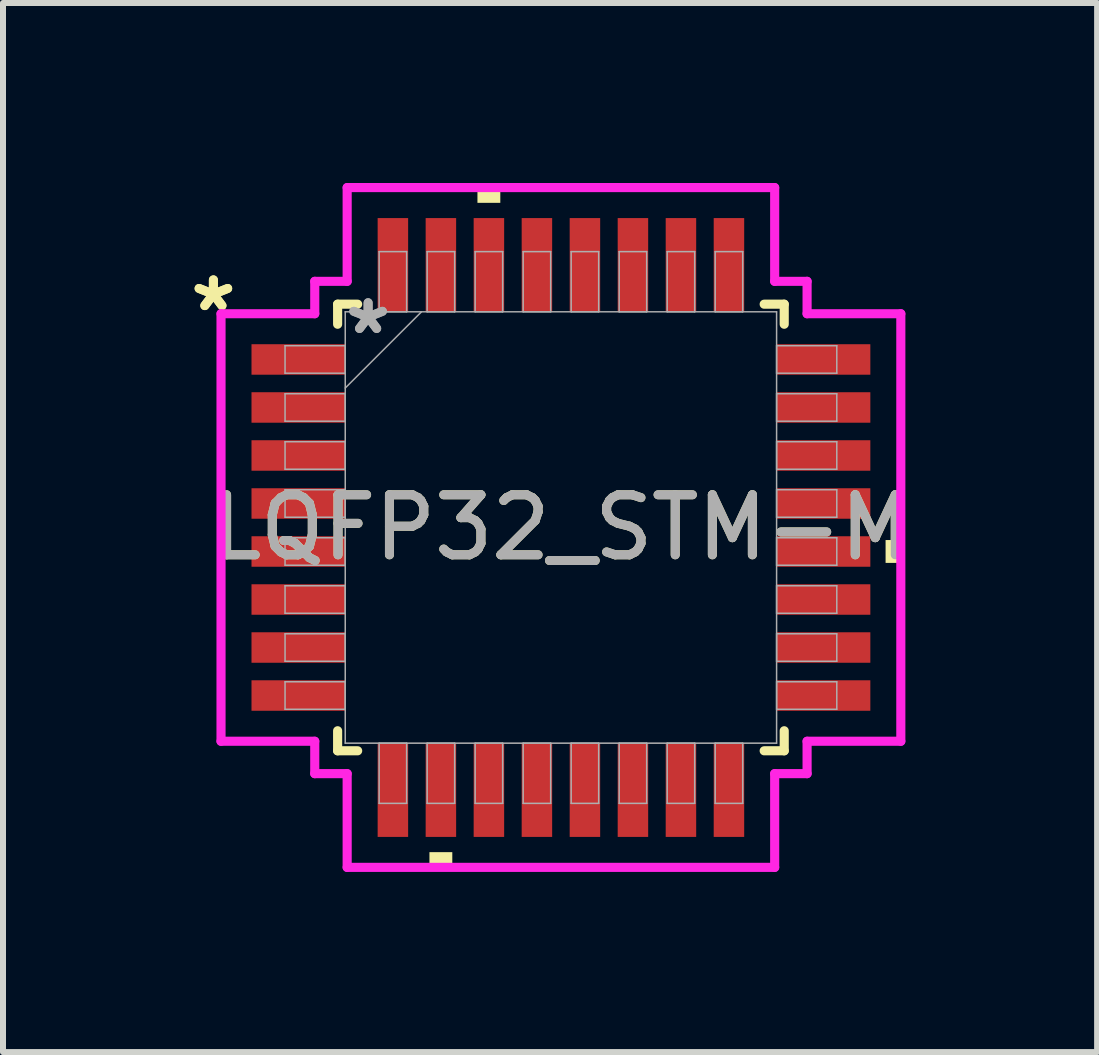
<source format=kicad_pcb>
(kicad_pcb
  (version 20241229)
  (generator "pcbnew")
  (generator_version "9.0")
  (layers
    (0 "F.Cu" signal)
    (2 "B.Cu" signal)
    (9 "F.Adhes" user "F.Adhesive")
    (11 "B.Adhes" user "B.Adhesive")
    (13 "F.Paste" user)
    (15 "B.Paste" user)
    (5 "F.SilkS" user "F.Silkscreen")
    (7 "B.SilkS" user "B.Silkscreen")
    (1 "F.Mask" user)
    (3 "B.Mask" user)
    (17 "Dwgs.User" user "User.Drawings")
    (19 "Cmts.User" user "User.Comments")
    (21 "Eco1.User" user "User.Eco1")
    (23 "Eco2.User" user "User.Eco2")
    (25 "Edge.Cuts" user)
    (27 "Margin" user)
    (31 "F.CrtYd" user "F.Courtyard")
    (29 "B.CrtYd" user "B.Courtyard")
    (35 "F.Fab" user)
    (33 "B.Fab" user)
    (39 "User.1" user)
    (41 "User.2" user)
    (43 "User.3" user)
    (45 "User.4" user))
  (footprint "LQFP32_STM-M"
    (layer "F.Cu")
    (at 6.297 5.74)
    (property "Reference" "LQFP32_STM-M" (at 0 0 0) (unlocked yes) (layer "F.SilkS") (effects (font (size 1 1) (thickness 0.15))))
    (attr smd)
    (fp_line (start -3.721 -3.721) (end -3.721 -3.387) (stroke (width 0.152) (type solid)) (layer "F.SilkS"))
    (fp_line (start -3.721 3.387) (end -3.721 3.721) (stroke (width 0.152) (type solid)) (layer "F.SilkS"))
    (fp_line (start -3.721 3.721) (end -3.387 3.721) (stroke (width 0.152) (type solid)) (layer "F.SilkS"))
    (fp_line (start -3.387 -3.721) (end -3.721 -3.721) (stroke (width 0.152) (type solid)) (layer "F.SilkS"))
    (fp_line (start 3.387 3.721) (end 3.721 3.721) (stroke (width 0.152) (type solid)) (layer "F.SilkS"))
    (fp_line (start 3.721 -3.721) (end 3.387 -3.721) (stroke (width 0.152) (type solid)) (layer "F.SilkS"))
    (fp_line (start 3.721 -3.387) (end 3.721 -3.721) (stroke (width 0.152) (type solid)) (layer "F.SilkS"))
    (fp_line (start 3.721 3.721) (end 3.721 3.387) (stroke (width 0.152) (type solid)) (layer "F.SilkS"))
    (fp_poly (pts (xy -2.191 5.41) (xy -2.191 5.664) (xy -1.81 5.664) (xy -1.81 5.41)) (stroke (width 0) (type solid)) (fill yes) (layer "F.SilkS"))
    (fp_poly (pts (xy -1.391 -5.41) (xy -1.391 -5.664) (xy -1.01 -5.664) (xy -1.01 -5.41)) (stroke (width 0) (type solid)) (fill yes) (layer "F.SilkS"))
    (fp_poly (pts (xy 5.664 0.209) (xy 5.664 0.59) (xy 5.41 0.59) (xy 5.41 0.209)) (stroke (width 0) (type solid)) (fill yes) (layer "F.SilkS"))
    (fp_line (start -5.664 -3.562) (end -4.102 -3.562) (stroke (width 0.152) (type solid)) (layer "F.CrtYd"))
    (fp_line (start -5.664 3.562) (end -5.664 -3.562) (stroke (width 0.152) (type solid)) (layer "F.CrtYd"))
    (fp_line (start -4.102 -4.102) (end -3.562 -4.102) (stroke (width 0.152) (type solid)) (layer "F.CrtYd"))
    (fp_line (start -4.102 -3.562) (end -4.102 -4.102) (stroke (width 0.152) (type solid)) (layer "F.CrtYd"))
    (fp_line (start -4.102 3.562) (end -5.664 3.562) (stroke (width 0.152) (type solid)) (layer "F.CrtYd"))
    (fp_line (start -4.102 4.102) (end -4.102 3.562) (stroke (width 0.152) (type solid)) (layer "F.CrtYd"))
    (fp_line (start -4.102 4.102) (end -3.562 4.102) (stroke (width 0.152) (type solid)) (layer "F.CrtYd"))
    (fp_line (start -3.562 -5.664) (end 3.562 -5.664) (stroke (width 0.152) (type solid)) (layer "F.CrtYd"))
    (fp_line (start -3.562 -4.102) (end -3.562 -5.664) (stroke (width 0.152) (type solid)) (layer "F.CrtYd"))
    (fp_line (start -3.562 4.102) (end -3.562 5.664) (stroke (width 0.152) (type solid)) (layer "F.CrtYd"))
    (fp_line (start -3.562 5.664) (end 3.562 5.664) (stroke (width 0.152) (type solid)) (layer "F.CrtYd"))
    (fp_line (start 3.562 -5.664) (end 3.562 -4.102) (stroke (width 0.152) (type solid)) (layer "F.CrtYd"))
    (fp_line (start 3.562 -4.102) (end 4.102 -4.102) (stroke (width 0.152) (type solid)) (layer "F.CrtYd"))
    (fp_line (start 3.562 4.102) (end 4.102 4.102) (stroke (width 0.152) (type solid)) (layer "F.CrtYd"))
    (fp_line (start 3.562 5.664) (end 3.562 4.102) (stroke (width 0.152) (type solid)) (layer "F.CrtYd"))
    (fp_line (start 4.102 -3.562) (end 4.102 -4.102) (stroke (width 0.152) (type solid)) (layer "F.CrtYd"))
    (fp_line (start 4.102 3.562) (end 5.664 3.562) (stroke (width 0.152) (type solid)) (layer "F.CrtYd"))
    (fp_line (start 4.102 4.102) (end 4.102 3.562) (stroke (width 0.152) (type solid)) (layer "F.CrtYd"))
    (fp_line (start 5.664 -3.562) (end 4.102 -3.562) (stroke (width 0.152) (type solid)) (layer "F.CrtYd"))
    (fp_line (start 5.664 3.562) (end 5.664 -3.562) (stroke (width 0.152) (type solid)) (layer "F.CrtYd"))
    (fp_line (start -4.597 -3.029) (end -4.597 -2.571) (stroke (width 0.025) (type solid)) (layer "F.Fab"))
    (fp_line (start -4.597 -2.571) (end -3.594 -2.571) (stroke (width 0.025) (type solid)) (layer "F.Fab"))
    (fp_line (start -4.597 -2.229) (end -4.597 -1.771) (stroke (width 0.025) (type solid)) (layer "F.Fab"))
    (fp_line (start -4.597 -1.771) (end -3.594 -1.771) (stroke (width 0.025) (type solid)) (layer "F.Fab"))
    (fp_line (start -4.597 -1.429) (end -4.597 -0.971) (stroke (width 0.025) (type solid)) (layer "F.Fab"))
    (fp_line (start -4.597 -0.971) (end -3.594 -0.971) (stroke (width 0.025) (type solid)) (layer "F.Fab"))
    (fp_line (start -4.597 -0.629) (end -4.597 -0.171) (stroke (width 0.025) (type solid)) (layer "F.Fab"))
    (fp_line (start -4.597 -0.171) (end -3.594 -0.171) (stroke (width 0.025) (type solid)) (layer "F.Fab"))
    (fp_line (start -4.597 0.171) (end -4.597 0.629) (stroke (width 0.025) (type solid)) (layer "F.Fab"))
    (fp_line (start -4.597 0.629) (end -3.594 0.629) (stroke (width 0.025) (type solid)) (layer "F.Fab"))
    (fp_line (start -4.597 0.971) (end -4.597 1.429) (stroke (width 0.025) (type solid)) (layer "F.Fab"))
    (fp_line (start -4.597 1.429) (end -3.594 1.429) (stroke (width 0.025) (type solid)) (layer "F.Fab"))
    (fp_line (start -4.597 1.771) (end -4.597 2.229) (stroke (width 0.025) (type solid)) (layer "F.Fab"))
    (fp_line (start -4.597 2.229) (end -3.594 2.229) (stroke (width 0.025) (type solid)) (layer "F.Fab"))
    (fp_line (start -4.597 2.571) (end -4.597 3.029) (stroke (width 0.025) (type solid)) (layer "F.Fab"))
    (fp_line (start -4.597 3.029) (end -3.594 3.029) (stroke (width 0.025) (type solid)) (layer "F.Fab"))
    (fp_line (start -3.594 -3.594) (end -3.594 3.594) (stroke (width 0.025) (type solid)) (layer "F.Fab"))
    (fp_line (start -3.594 -3.029) (end -4.597 -3.029) (stroke (width 0.025) (type solid)) (layer "F.Fab"))
    (fp_line (start -3.594 -2.571) (end -3.594 -3.029) (stroke (width 0.025) (type solid)) (layer "F.Fab"))
    (fp_line (start -3.594 -2.324) (end -2.324 -3.594) (stroke (width 0.025) (type solid)) (layer "F.Fab"))
    (fp_line (start -3.594 -2.229) (end -4.597 -2.229) (stroke (width 0.025) (type solid)) (layer "F.Fab"))
    (fp_line (start -3.594 -1.771) (end -3.594 -2.229) (stroke (width 0.025) (type solid)) (layer "F.Fab"))
    (fp_line (start -3.594 -1.429) (end -4.597 -1.429) (stroke (width 0.025) (type solid)) (layer "F.Fab"))
    (fp_line (start -3.594 -0.971) (end -3.594 -1.429) (stroke (width 0.025) (type solid)) (layer "F.Fab"))
    (fp_line (start -3.594 -0.629) (end -4.597 -0.629) (stroke (width 0.025) (type solid)) (layer "F.Fab"))
    (fp_line (start -3.594 -0.171) (end -3.594 -0.629) (stroke (width 0.025) (type solid)) (layer "F.Fab"))
    (fp_line (start -3.594 0.171) (end -4.597 0.171) (stroke (width 0.025) (type solid)) (layer "F.Fab"))
    (fp_line (start -3.594 0.629) (end -3.594 0.171) (stroke (width 0.025) (type solid)) (layer "F.Fab"))
    (fp_line (start -3.594 0.971) (end -4.597 0.971) (stroke (width 0.025) (type solid)) (layer "F.Fab"))
    (fp_line (start -3.594 1.429) (end -3.594 0.971) (stroke (width 0.025) (type solid)) (layer "F.Fab"))
    (fp_line (start -3.594 1.771) (end -4.597 1.771) (stroke (width 0.025) (type solid)) (layer "F.Fab"))
    (fp_line (start -3.594 2.229) (end -3.594 1.771) (stroke (width 0.025) (type solid)) (layer "F.Fab"))
    (fp_line (start -3.594 2.571) (end -4.597 2.571) (stroke (width 0.025) (type solid)) (layer "F.Fab"))
    (fp_line (start -3.594 3.029) (end -3.594 2.571) (stroke (width 0.025) (type solid)) (layer "F.Fab"))
    (fp_line (start -3.594 3.594) (end 3.594 3.594) (stroke (width 0.025) (type solid)) (layer "F.Fab"))
    (fp_line (start -3.029 -4.597) (end -3.029 -3.594) (stroke (width 0.025) (type solid)) (layer "F.Fab"))
    (fp_line (start -3.029 -3.594) (end -2.571 -3.594) (stroke (width 0.025) (type solid)) (layer "F.Fab"))
    (fp_line (start -3.029 3.594) (end -3.029 4.597) (stroke (width 0.025) (type solid)) (layer "F.Fab"))
    (fp_line (start -3.029 4.597) (end -2.571 4.597) (stroke (width 0.025) (type solid)) (layer "F.Fab"))
    (fp_line (start -2.571 -4.597) (end -3.029 -4.597) (stroke (width 0.025) (type solid)) (layer "F.Fab"))
    (fp_line (start -2.571 -3.594) (end -2.571 -4.597) (stroke (width 0.025) (type solid)) (layer "F.Fab"))
    (fp_line (start -2.571 3.594) (end -3.029 3.594) (stroke (width 0.025) (type solid)) (layer "F.Fab"))
    (fp_line (start -2.571 4.597) (end -2.571 3.594) (stroke (width 0.025) (type solid)) (layer "F.Fab"))
    (fp_line (start -2.229 -4.597) (end -2.229 -3.594) (stroke (width 0.025) (type solid)) (layer "F.Fab"))
    (fp_line (start -2.229 -3.594) (end -1.771 -3.594) (stroke (width 0.025) (type solid)) (layer "F.Fab"))
    (fp_line (start -2.229 3.594) (end -2.229 4.597) (stroke (width 0.025) (type solid)) (layer "F.Fab"))
    (fp_line (start -2.229 4.597) (end -1.771 4.597) (stroke (width 0.025) (type solid)) (layer "F.Fab"))
    (fp_line (start -1.771 -4.597) (end -2.229 -4.597) (stroke (width 0.025) (type solid)) (layer "F.Fab"))
    (fp_line (start -1.771 -3.594) (end -1.771 -4.597) (stroke (width 0.025) (type solid)) (layer "F.Fab"))
    (fp_line (start -1.771 3.594) (end -2.229 3.594) (stroke (width 0.025) (type solid)) (layer "F.Fab"))
    (fp_line (start -1.771 4.597) (end -1.771 3.594) (stroke (width 0.025) (type solid)) (layer "F.Fab"))
    (fp_line (start -1.429 -4.597) (end -1.429 -3.594) (stroke (width 0.025) (type solid)) (layer "F.Fab"))
    (fp_line (start -1.429 -3.594) (end -0.971 -3.594) (stroke (width 0.025) (type solid)) (layer "F.Fab"))
    (fp_line (start -1.429 3.594) (end -1.429 4.597) (stroke (width 0.025) (type solid)) (layer "F.Fab"))
    (fp_line (start -1.429 4.597) (end -0.971 4.597) (stroke (width 0.025) (type solid)) (layer "F.Fab"))
    (fp_line (start -0.971 -4.597) (end -1.429 -4.597) (stroke (width 0.025) (type solid)) (layer "F.Fab"))
    (fp_line (start -0.971 -3.594) (end -0.971 -4.597) (stroke (width 0.025) (type solid)) (layer "F.Fab"))
    (fp_line (start -0.971 3.594) (end -1.429 3.594) (stroke (width 0.025) (type solid)) (layer "F.Fab"))
    (fp_line (start -0.971 4.597) (end -0.971 3.594) (stroke (width 0.025) (type solid)) (layer "F.Fab"))
    (fp_line (start -0.629 -4.597) (end -0.629 -3.594) (stroke (width 0.025) (type solid)) (layer "F.Fab"))
    (fp_line (start -0.629 -3.594) (end -0.171 -3.594) (stroke (width 0.025) (type solid)) (layer "F.Fab"))
    (fp_line (start -0.629 3.594) (end -0.629 4.597) (stroke (width 0.025) (type solid)) (layer "F.Fab"))
    (fp_line (start -0.629 4.597) (end -0.171 4.597) (stroke (width 0.025) (type solid)) (layer "F.Fab"))
    (fp_line (start -0.171 -4.597) (end -0.629 -4.597) (stroke (width 0.025) (type solid)) (layer "F.Fab"))
    (fp_line (start -0.171 -3.594) (end -0.171 -4.597) (stroke (width 0.025) (type solid)) (layer "F.Fab"))
    (fp_line (start -0.171 3.594) (end -0.629 3.594) (stroke (width 0.025) (type solid)) (layer "F.Fab"))
    (fp_line (start -0.171 4.597) (end -0.171 3.594) (stroke (width 0.025) (type solid)) (layer "F.Fab"))
    (fp_line (start 0.171 -4.597) (end 0.171 -3.594) (stroke (width 0.025) (type solid)) (layer "F.Fab"))
    (fp_line (start 0.171 -3.594) (end 0.629 -3.594) (stroke (width 0.025) (type solid)) (layer "F.Fab"))
    (fp_line (start 0.171 3.594) (end 0.171 4.597) (stroke (width 0.025) (type solid)) (layer "F.Fab"))
    (fp_line (start 0.171 4.597) (end 0.629 4.597) (stroke (width 0.025) (type solid)) (layer "F.Fab"))
    (fp_line (start 0.629 -4.597) (end 0.171 -4.597) (stroke (width 0.025) (type solid)) (layer "F.Fab"))
    (fp_line (start 0.629 -3.594) (end 0.629 -4.597) (stroke (width 0.025) (type solid)) (layer "F.Fab"))
    (fp_line (start 0.629 3.594) (end 0.171 3.594) (stroke (width 0.025) (type solid)) (layer "F.Fab"))
    (fp_line (start 0.629 4.597) (end 0.629 3.594) (stroke (width 0.025) (type solid)) (layer "F.Fab"))
    (fp_line (start 0.971 -4.597) (end 0.971 -3.594) (stroke (width 0.025) (type solid)) (layer "F.Fab"))
    (fp_line (start 0.971 -3.594) (end 1.429 -3.594) (stroke (width 0.025) (type solid)) (layer "F.Fab"))
    (fp_line (start 0.971 3.594) (end 0.971 4.597) (stroke (width 0.025) (type solid)) (layer "F.Fab"))
    (fp_line (start 0.971 4.597) (end 1.429 4.597) (stroke (width 0.025) (type solid)) (layer "F.Fab"))
    (fp_line (start 1.429 -4.597) (end 0.971 -4.597) (stroke (width 0.025) (type solid)) (layer "F.Fab"))
    (fp_line (start 1.429 -3.594) (end 1.429 -4.597) (stroke (width 0.025) (type solid)) (layer "F.Fab"))
    (fp_line (start 1.429 3.594) (end 0.971 3.594) (stroke (width 0.025) (type solid)) (layer "F.Fab"))
    (fp_line (start 1.429 4.597) (end 1.429 3.594) (stroke (width 0.025) (type solid)) (layer "F.Fab"))
    (fp_line (start 1.771 -4.597) (end 1.771 -3.594) (stroke (width 0.025) (type solid)) (layer "F.Fab"))
    (fp_line (start 1.771 -3.594) (end 2.229 -3.594) (stroke (width 0.025) (type solid)) (layer "F.Fab"))
    (fp_line (start 1.771 3.594) (end 1.771 4.597) (stroke (width 0.025) (type solid)) (layer "F.Fab"))
    (fp_line (start 1.771 4.597) (end 2.229 4.597) (stroke (width 0.025) (type solid)) (layer "F.Fab"))
    (fp_line (start 2.229 -4.597) (end 1.771 -4.597) (stroke (width 0.025) (type solid)) (layer "F.Fab"))
    (fp_line (start 2.229 -3.594) (end 2.229 -4.597) (stroke (width 0.025) (type solid)) (layer "F.Fab"))
    (fp_line (start 2.229 3.594) (end 1.771 3.594) (stroke (width 0.025) (type solid)) (layer "F.Fab"))
    (fp_line (start 2.229 4.597) (end 2.229 3.594) (stroke (width 0.025) (type solid)) (layer "F.Fab"))
    (fp_line (start 2.571 -4.597) (end 2.571 -3.594) (stroke (width 0.025) (type solid)) (layer "F.Fab"))
    (fp_line (start 2.571 -3.594) (end 3.029 -3.594) (stroke (width 0.025) (type solid)) (layer "F.Fab"))
    (fp_line (start 2.571 3.594) (end 2.571 4.597) (stroke (width 0.025) (type solid)) (layer "F.Fab"))
    (fp_line (start 2.571 4.597) (end 3.029 4.597) (stroke (width 0.025) (type solid)) (layer "F.Fab"))
    (fp_line (start 3.029 -4.597) (end 2.571 -4.597) (stroke (width 0.025) (type solid)) (layer "F.Fab"))
    (fp_line (start 3.029 -3.594) (end 3.029 -4.597) (stroke (width 0.025) (type solid)) (layer "F.Fab"))
    (fp_line (start 3.029 3.594) (end 2.571 3.594) (stroke (width 0.025) (type solid)) (layer "F.Fab"))
    (fp_line (start 3.029 4.597) (end 3.029 3.594) (stroke (width 0.025) (type solid)) (layer "F.Fab"))
    (fp_line (start 3.594 -3.594) (end -3.594 -3.594) (stroke (width 0.025) (type solid)) (layer "F.Fab"))
    (fp_line (start 3.594 -3.029) (end 3.594 -2.571) (stroke (width 0.025) (type solid)) (layer "F.Fab"))
    (fp_line (start 3.594 -2.571) (end 4.597 -2.571) (stroke (width 0.025) (type solid)) (layer "F.Fab"))
    (fp_line (start 3.594 -2.229) (end 3.594 -1.771) (stroke (width 0.025) (type solid)) (layer "F.Fab"))
    (fp_line (start 3.594 -1.771) (end 4.597 -1.771) (stroke (width 0.025) (type solid)) (layer "F.Fab"))
    (fp_line (start 3.594 -1.429) (end 3.594 -0.971) (stroke (width 0.025) (type solid)) (layer "F.Fab"))
    (fp_line (start 3.594 -0.971) (end 4.597 -0.971) (stroke (width 0.025) (type solid)) (layer "F.Fab"))
    (fp_line (start 3.594 -0.629) (end 3.594 -0.171) (stroke (width 0.025) (type solid)) (layer "F.Fab"))
    (fp_line (start 3.594 -0.171) (end 4.597 -0.171) (stroke (width 0.025) (type solid)) (layer "F.Fab"))
    (fp_line (start 3.594 0.171) (end 3.594 0.629) (stroke (width 0.025) (type solid)) (layer "F.Fab"))
    (fp_line (start 3.594 0.629) (end 4.597 0.629) (stroke (width 0.025) (type solid)) (layer "F.Fab"))
    (fp_line (start 3.594 0.971) (end 3.594 1.429) (stroke (width 0.025) (type solid)) (layer "F.Fab"))
    (fp_line (start 3.594 1.429) (end 4.597 1.429) (stroke (width 0.025) (type solid)) (layer "F.Fab"))
    (fp_line (start 3.594 1.771) (end 3.594 2.229) (stroke (width 0.025) (type solid)) (layer "F.Fab"))
    (fp_line (start 3.594 2.229) (end 4.597 2.229) (stroke (width 0.025) (type solid)) (layer "F.Fab"))
    (fp_line (start 3.594 2.571) (end 3.594 3.029) (stroke (width 0.025) (type solid)) (layer "F.Fab"))
    (fp_line (start 3.594 3.029) (end 4.597 3.029) (stroke (width 0.025) (type solid)) (layer "F.Fab"))
    (fp_line (start 3.594 3.594) (end 3.594 -3.594) (stroke (width 0.025) (type solid)) (layer "F.Fab"))
    (fp_line (start 4.597 -3.029) (end 3.594 -3.029) (stroke (width 0.025) (type solid)) (layer "F.Fab"))
    (fp_line (start 4.597 -2.571) (end 4.597 -3.029) (stroke (width 0.025) (type solid)) (layer "F.Fab"))
    (fp_line (start 4.597 -2.229) (end 3.594 -2.229) (stroke (width 0.025) (type solid)) (layer "F.Fab"))
    (fp_line (start 4.597 -1.771) (end 4.597 -2.229) (stroke (width 0.025) (type solid)) (layer "F.Fab"))
    (fp_line (start 4.597 -1.429) (end 3.594 -1.429) (stroke (width 0.025) (type solid)) (layer "F.Fab"))
    (fp_line (start 4.597 -0.971) (end 4.597 -1.429) (stroke (width 0.025) (type solid)) (layer "F.Fab"))
    (fp_line (start 4.597 -0.629) (end 3.594 -0.629) (stroke (width 0.025) (type solid)) (layer "F.Fab"))
    (fp_line (start 4.597 -0.171) (end 4.597 -0.629) (stroke (width 0.025) (type solid)) (layer "F.Fab"))
    (fp_line (start 4.597 0.171) (end 3.594 0.171) (stroke (width 0.025) (type solid)) (layer "F.Fab"))
    (fp_line (start 4.597 0.629) (end 4.597 0.171) (stroke (width 0.025) (type solid)) (layer "F.Fab"))
    (fp_line (start 4.597 0.971) (end 3.594 0.971) (stroke (width 0.025) (type solid)) (layer "F.Fab"))
    (fp_line (start 4.597 1.429) (end 4.597 0.971) (stroke (width 0.025) (type solid)) (layer "F.Fab"))
    (fp_line (start 4.597 1.771) (end 3.594 1.771) (stroke (width 0.025) (type solid)) (layer "F.Fab"))
    (fp_line (start 4.597 2.229) (end 4.597 1.771) (stroke (width 0.025) (type solid)) (layer "F.Fab"))
    (fp_line (start 4.597 2.571) (end 3.594 2.571) (stroke (width 0.025) (type solid)) (layer "F.Fab"))
    (fp_line (start 4.597 3.029) (end 4.597 2.571) (stroke (width 0.025) (type solid)) (layer "F.Fab"))
    (fp_text user "*" (at -5.791 -3.581 0) (layer "F.SilkS") (effects (font (size 1 1) (thickness 0.15))))
    (fp_text user "*" (at -5.791 -3.581 0) (unlocked yes) (layer "F.SilkS") (effects (font (size 1 1) (thickness 0.15))))
    (fp_text user "${REFERENCE}" (at 0 0 0) (unlocked yes) (layer "F.Fab") (effects (font (size 1 1) (thickness 0.15))))
    (fp_text user "*" (at -3.213 -3.2 0) (unlocked yes) (layer "F.Fab") (effects (font (size 1 1) (thickness 0.15))))
    (fp_text user "*" (at -3.213 -3.2 0) (layer "F.Fab") (effects (font (size 1 1) (thickness 0.15))))
    (pad "1" smd rect (at -4.375 -2.8 90) (size 0.508 1.562) (layers "F.Cu" "F.Mask" "F.Paste"))
    (pad "2" smd rect (at -4.375 -2 90) (size 0.508 1.562) (layers "F.Cu" "F.Mask" "F.Paste"))
    (pad "3" smd rect (at -4.375 -1.2 90) (size 0.508 1.562) (layers "F.Cu" "F.Mask" "F.Paste"))
    (pad "4" smd rect (at -4.375 -0.4 90) (size 0.508 1.562) (layers "F.Cu" "F.Mask" "F.Paste"))
    (pad "5" smd rect (at -4.375 0.4 90) (size 0.508 1.562) (layers "F.Cu" "F.Mask" "F.Paste"))
    (pad "6" smd rect (at -4.375 1.2 90) (size 0.508 1.562) (layers "F.Cu" "F.Mask" "F.Paste"))
    (pad "7" smd rect (at -4.375 2 90) (size 0.508 1.562) (layers "F.Cu" "F.Mask" "F.Paste"))
    (pad "8" smd rect (at -4.375 2.8 90) (size 0.508 1.562) (layers "F.Cu" "F.Mask" "F.Paste"))
    (pad "9" smd rect (at -2.8 4.375) (size 0.508 1.562) (layers "F.Cu" "F.Mask" "F.Paste"))
    (pad "10" smd rect (at -2 4.375) (size 0.508 1.562) (layers "F.Cu" "F.Mask" "F.Paste"))
    (pad "11" smd rect (at -1.2 4.375) (size 0.508 1.562) (layers "F.Cu" "F.Mask" "F.Paste"))
    (pad "12" smd rect (at -0.4 4.375) (size 0.508 1.562) (layers "F.Cu" "F.Mask" "F.Paste"))
    (pad "13" smd rect (at 0.4 4.375) (size 0.508 1.562) (layers "F.Cu" "F.Mask" "F.Paste"))
    (pad "14" smd rect (at 1.2 4.375) (size 0.508 1.562) (layers "F.Cu" "F.Mask" "F.Paste"))
    (pad "15" smd rect (at 2 4.375) (size 0.508 1.562) (layers "F.Cu" "F.Mask" "F.Paste"))
    (pad "16" smd rect (at 2.8 4.375) (size 0.508 1.562) (layers "F.Cu" "F.Mask" "F.Paste"))
    (pad "17" smd rect (at 4.375 2.8 90) (size 0.508 1.562) (layers "F.Cu" "F.Mask" "F.Paste"))
    (pad "18" smd rect (at 4.375 2 90) (size 0.508 1.562) (layers "F.Cu" "F.Mask" "F.Paste"))
    (pad "19" smd rect (at 4.375 1.2 90) (size 0.508 1.562) (layers "F.Cu" "F.Mask" "F.Paste"))
    (pad "20" smd rect (at 4.375 0.4 90) (size 0.508 1.562) (layers "F.Cu" "F.Mask" "F.Paste"))
    (pad "21" smd rect (at 4.375 -0.4 90) (size 0.508 1.562) (layers "F.Cu" "F.Mask" "F.Paste"))
    (pad "22" smd rect (at 4.375 -1.2 90) (size 0.508 1.562) (layers "F.Cu" "F.Mask" "F.Paste"))
    (pad "23" smd rect (at 4.375 -2 90) (size 0.508 1.562) (layers "F.Cu" "F.Mask" "F.Paste"))
    (pad "24" smd rect (at 4.375 -2.8 90) (size 0.508 1.562) (layers "F.Cu" "F.Mask" "F.Paste"))
    (pad "25" smd rect (at 2.8 -4.375) (size 0.508 1.562) (layers "F.Cu" "F.Mask" "F.Paste"))
    (pad "26" smd rect (at 2 -4.375) (size 0.508 1.562) (layers "F.Cu" "F.Mask" "F.Paste"))
    (pad "27" smd rect (at 1.2 -4.375) (size 0.508 1.562) (layers "F.Cu" "F.Mask" "F.Paste"))
    (pad "28" smd rect (at 0.4 -4.375) (size 0.508 1.562) (layers "F.Cu" "F.Mask" "F.Paste"))
    (pad "29" smd rect (at -0.4 -4.375) (size 0.508 1.562) (layers "F.Cu" "F.Mask" "F.Paste"))
    (pad "30" smd rect (at -1.2 -4.375) (size 0.508 1.562) (layers "F.Cu" "F.Mask" "F.Paste"))
    (pad "31" smd rect (at -2 -4.375) (size 0.508 1.562) (layers "F.Cu" "F.Mask" "F.Paste"))
    (pad "32" smd rect (at -2.8 -4.375) (size 0.508 1.562) (layers "F.Cu" "F.Mask" "F.Paste")))
  (gr_rect
    (start -3 -3)
    (end 15.232 14.481)
    (stroke (width 0.1) (type default))
    (fill no)
    (layer "Edge.Cuts")))
</source>
